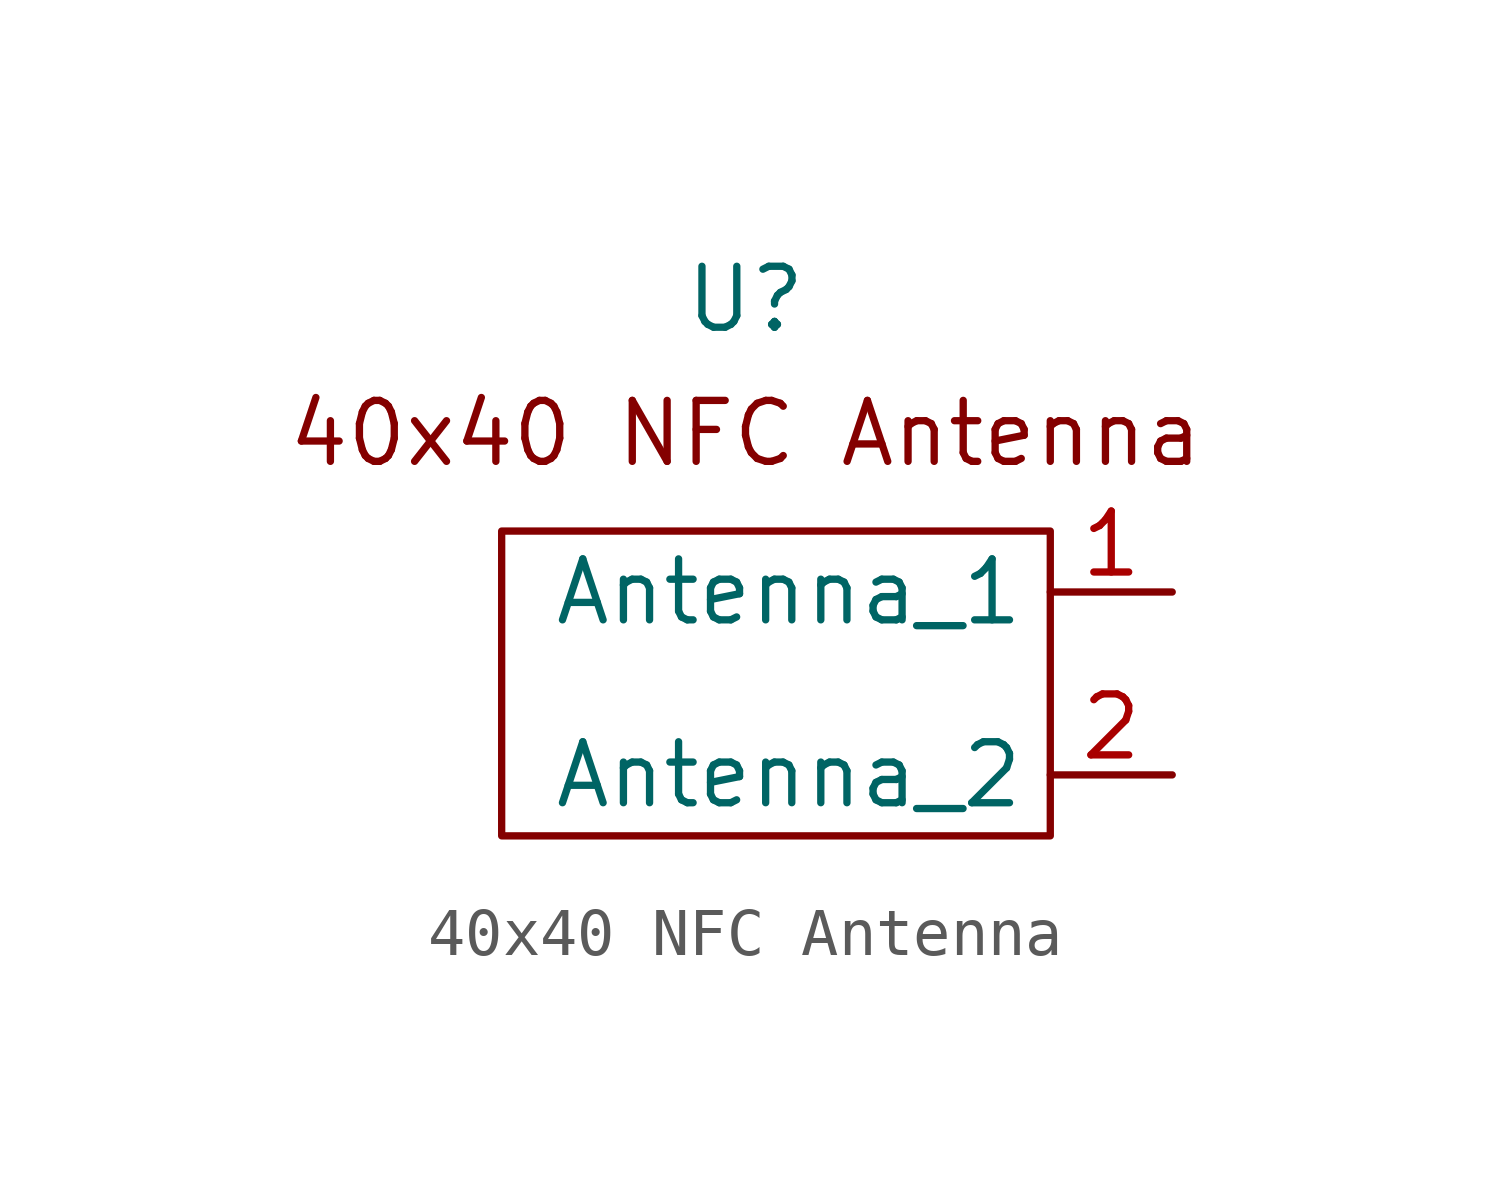
<source format=kicad_sym>
(kicad_symbol_lib
  (version 20241209)
  (generator "kicad_symbol_editor")
  (generator_version "9.0")
  (symbol "40x40 NFC Antenna"
    (property "Reference" "U"
      (at 0 7.366 0)
      (effects (font (size 1.27 1.27))))
    (property "Value" ""
      (at 0 0 0)
      (effects (font (size 1.27 1.27))))
    (symbol "40x40 NFC Antenna_0_1"
      (rectangle (start -5.08 2.54) (end 6.35 -3.81) (stroke (width 0) (type default)) (fill (type none))))
    (symbol "40x40 NFC Antenna_1_1"
      (text "40x40 NFC Antenna" (at 0 4.572 0) (effects (font (size 1.27 1.27))))
      (pin input line (at 8.89 1.27 180) (length 2.54) (name "Antenna_1" (effects (font (size 1.27 1.27)))) (number "1" (effects (font (size 1.27 1.27)))))
      (pin input line (at 8.89 -2.54 180) (length 2.54) (name "Antenna_2" (effects (font (size 1.27 1.27)))) (number "2" (effects (font (size 1.27 1.27))))))))
</source>
